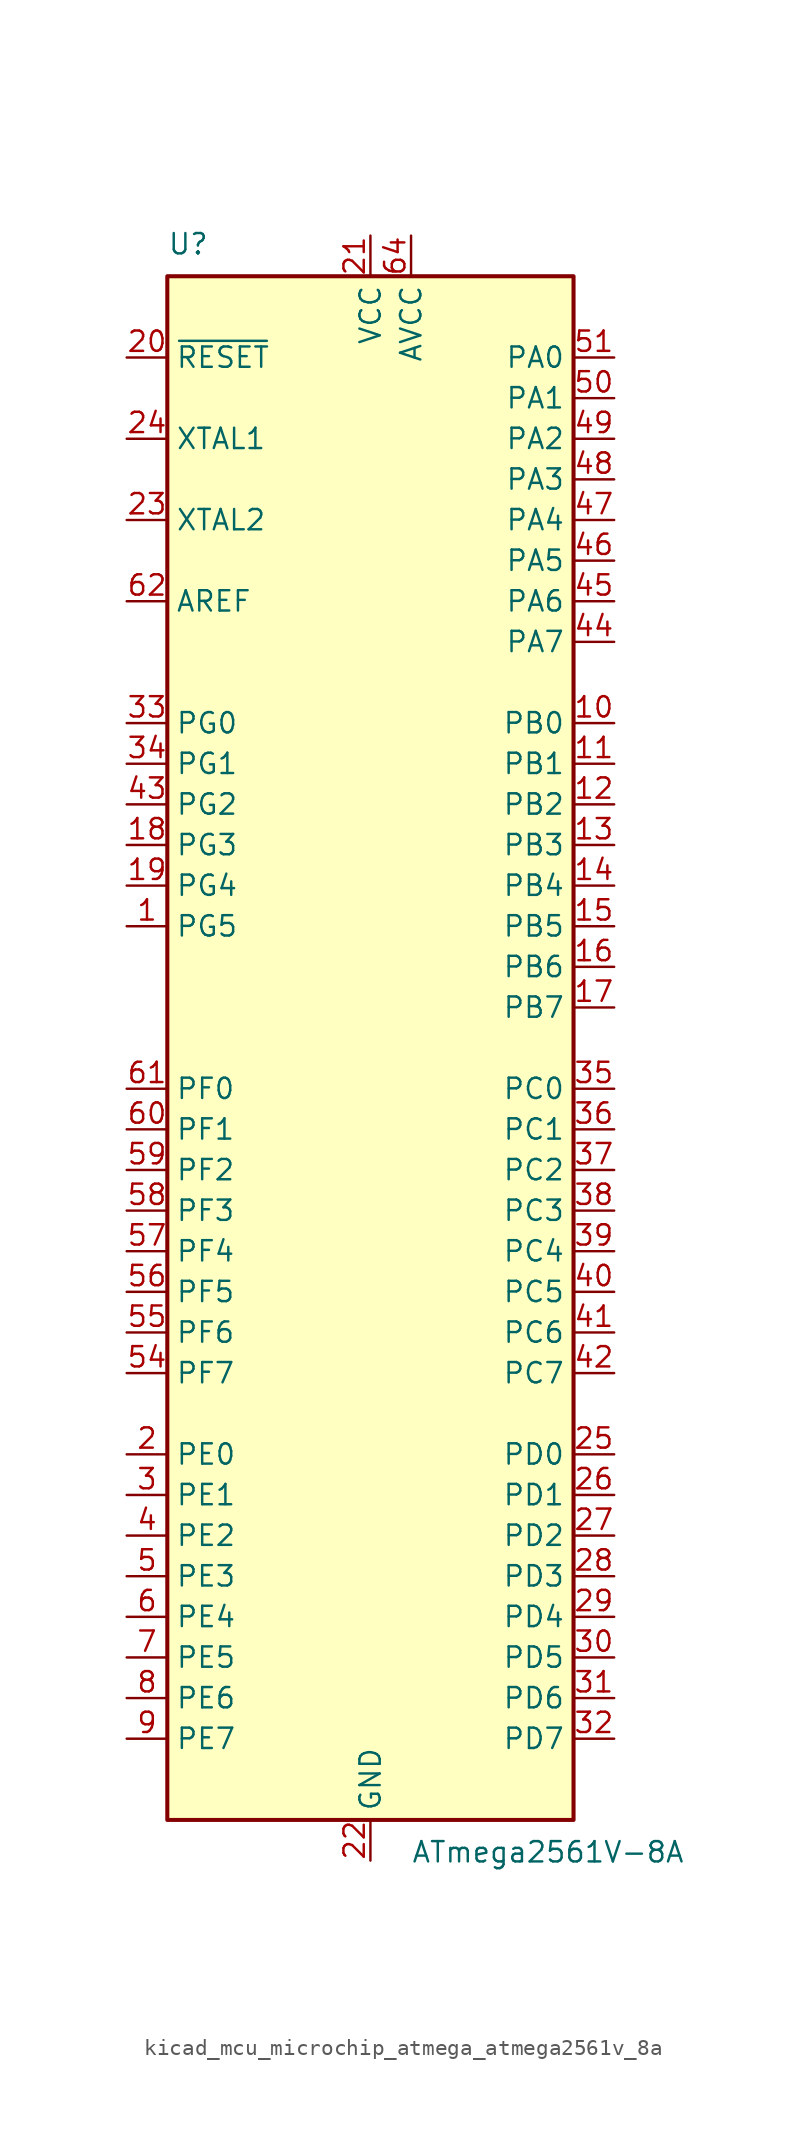
<source format=kicad_sym>
(kicad_symbol_lib
  (version 20220914)
  (generator kicad_symbol_editor)
  (symbol "kicad_mcu_microchip_atmega_atmega2561v_8a"
    (property "Reference" "U"
      (at -12.7 49.53 0)
      (effects (font (size 1.27 1.27)) (justify left bottom)))
    (property "Value" "ATmega2561V-8A"
      (at 2.54 -49.53 0)
      (effects (font (size 1.27 1.27)) (justify left top)))
    (symbol "kicad_mcu_microchip_atmega_atmega2561v_8a_0_1"
      (rectangle (start -12.7 -48.26) (end 12.7 48.26) (stroke (width 0.254) (type default)) (fill (type background))))
    (symbol "kicad_mcu_microchip_atmega_atmega2561v_8a_1_1"
      (pin bidirectional line (at -15.24 7.62 0) (length 2.54) (name "PG5" (effects (font (size 1.27 1.27)))) (number "1" (effects (font (size 1.27 1.27)))))
      (pin bidirectional line (at 15.24 20.32 180) (length 2.54) (name "PB0" (effects (font (size 1.27 1.27)))) (number "10" (effects (font (size 1.27 1.27)))))
      (pin bidirectional line (at 15.24 17.78 180) (length 2.54) (name "PB1" (effects (font (size 1.27 1.27)))) (number "11" (effects (font (size 1.27 1.27)))))
      (pin bidirectional line (at 15.24 15.24 180) (length 2.54) (name "PB2" (effects (font (size 1.27 1.27)))) (number "12" (effects (font (size 1.27 1.27)))))
      (pin bidirectional line (at 15.24 12.7 180) (length 2.54) (name "PB3" (effects (font (size 1.27 1.27)))) (number "13" (effects (font (size 1.27 1.27)))))
      (pin bidirectional line (at 15.24 10.16 180) (length 2.54) (name "PB4" (effects (font (size 1.27 1.27)))) (number "14" (effects (font (size 1.27 1.27)))))
      (pin bidirectional line (at 15.24 7.62 180) (length 2.54) (name "PB5" (effects (font (size 1.27 1.27)))) (number "15" (effects (font (size 1.27 1.27)))))
      (pin bidirectional line (at 15.24 5.08 180) (length 2.54) (name "PB6" (effects (font (size 1.27 1.27)))) (number "16" (effects (font (size 1.27 1.27)))))
      (pin bidirectional line (at 15.24 2.54 180) (length 2.54) (name "PB7" (effects (font (size 1.27 1.27)))) (number "17" (effects (font (size 1.27 1.27)))))
      (pin bidirectional line (at -15.24 12.7 0) (length 2.54) (name "PG3" (effects (font (size 1.27 1.27)))) (number "18" (effects (font (size 1.27 1.27)))))
      (pin bidirectional line (at -15.24 10.16 0) (length 2.54) (name "PG4" (effects (font (size 1.27 1.27)))) (number "19" (effects (font (size 1.27 1.27)))))
      (pin bidirectional line (at -15.24 -25.4 0) (length 2.54) (name "PE0" (effects (font (size 1.27 1.27)))) (number "2" (effects (font (size 1.27 1.27)))))
      (pin input line (at -15.24 43.18 0) (length 2.54) (name "~{RESET}" (effects (font (size 1.27 1.27)))) (number "20" (effects (font (size 1.27 1.27)))))
      (pin power_in line (at 0 50.8 270) (length 2.54) (name "VCC" (effects (font (size 1.27 1.27)))) (number "21" (effects (font (size 1.27 1.27)))))
      (pin power_in line (at 0 -50.8 90) (length 2.54) (name "GND" (effects (font (size 1.27 1.27)))) (number "22" (effects (font (size 1.27 1.27)))))
      (pin output line (at -15.24 33.02 0) (length 2.54) (name "XTAL2" (effects (font (size 1.27 1.27)))) (number "23" (effects (font (size 1.27 1.27)))))
      (pin input line (at -15.24 38.1 0) (length 2.54) (name "XTAL1" (effects (font (size 1.27 1.27)))) (number "24" (effects (font (size 1.27 1.27)))))
      (pin bidirectional line (at 15.24 -25.4 180) (length 2.54) (name "PD0" (effects (font (size 1.27 1.27)))) (number "25" (effects (font (size 1.27 1.27)))))
      (pin bidirectional line (at 15.24 -27.94 180) (length 2.54) (name "PD1" (effects (font (size 1.27 1.27)))) (number "26" (effects (font (size 1.27 1.27)))))
      (pin bidirectional line (at 15.24 -30.48 180) (length 2.54) (name "PD2" (effects (font (size 1.27 1.27)))) (number "27" (effects (font (size 1.27 1.27)))))
      (pin bidirectional line (at 15.24 -33.02 180) (length 2.54) (name "PD3" (effects (font (size 1.27 1.27)))) (number "28" (effects (font (size 1.27 1.27)))))
      (pin bidirectional line (at 15.24 -35.56 180) (length 2.54) (name "PD4" (effects (font (size 1.27 1.27)))) (number "29" (effects (font (size 1.27 1.27)))))
      (pin bidirectional line (at -15.24 -27.94 0) (length 2.54) (name "PE1" (effects (font (size 1.27 1.27)))) (number "3" (effects (font (size 1.27 1.27)))))
      (pin bidirectional line (at 15.24 -38.1 180) (length 2.54) (name "PD5" (effects (font (size 1.27 1.27)))) (number "30" (effects (font (size 1.27 1.27)))))
      (pin bidirectional line (at 15.24 -40.64 180) (length 2.54) (name "PD6" (effects (font (size 1.27 1.27)))) (number "31" (effects (font (size 1.27 1.27)))))
      (pin bidirectional line (at 15.24 -43.18 180) (length 2.54) (name "PD7" (effects (font (size 1.27 1.27)))) (number "32" (effects (font (size 1.27 1.27)))))
      (pin bidirectional line (at -15.24 20.32 0) (length 2.54) (name "PG0" (effects (font (size 1.27 1.27)))) (number "33" (effects (font (size 1.27 1.27)))))
      (pin bidirectional line (at -15.24 17.78 0) (length 2.54) (name "PG1" (effects (font (size 1.27 1.27)))) (number "34" (effects (font (size 1.27 1.27)))))
      (pin bidirectional line (at 15.24 -2.54 180) (length 2.54) (name "PC0" (effects (font (size 1.27 1.27)))) (number "35" (effects (font (size 1.27 1.27)))))
      (pin bidirectional line (at 15.24 -5.08 180) (length 2.54) (name "PC1" (effects (font (size 1.27 1.27)))) (number "36" (effects (font (size 1.27 1.27)))))
      (pin bidirectional line (at 15.24 -7.62 180) (length 2.54) (name "PC2" (effects (font (size 1.27 1.27)))) (number "37" (effects (font (size 1.27 1.27)))))
      (pin bidirectional line (at 15.24 -10.16 180) (length 2.54) (name "PC3" (effects (font (size 1.27 1.27)))) (number "38" (effects (font (size 1.27 1.27)))))
      (pin bidirectional line (at 15.24 -12.7 180) (length 2.54) (name "PC4" (effects (font (size 1.27 1.27)))) (number "39" (effects (font (size 1.27 1.27)))))
      (pin bidirectional line (at -15.24 -30.48 0) (length 2.54) (name "PE2" (effects (font (size 1.27 1.27)))) (number "4" (effects (font (size 1.27 1.27)))))
      (pin bidirectional line (at 15.24 -15.24 180) (length 2.54) (name "PC5" (effects (font (size 1.27 1.27)))) (number "40" (effects (font (size 1.27 1.27)))))
      (pin bidirectional line (at 15.24 -17.78 180) (length 2.54) (name "PC6" (effects (font (size 1.27 1.27)))) (number "41" (effects (font (size 1.27 1.27)))))
      (pin bidirectional line (at 15.24 -20.32 180) (length 2.54) (name "PC7" (effects (font (size 1.27 1.27)))) (number "42" (effects (font (size 1.27 1.27)))))
      (pin bidirectional line (at -15.24 15.24 0) (length 2.54) (name "PG2" (effects (font (size 1.27 1.27)))) (number "43" (effects (font (size 1.27 1.27)))))
      (pin bidirectional line (at 15.24 25.4 180) (length 2.54) (name "PA7" (effects (font (size 1.27 1.27)))) (number "44" (effects (font (size 1.27 1.27)))))
      (pin bidirectional line (at 15.24 27.94 180) (length 2.54) (name "PA6" (effects (font (size 1.27 1.27)))) (number "45" (effects (font (size 1.27 1.27)))))
      (pin bidirectional line (at 15.24 30.48 180) (length 2.54) (name "PA5" (effects (font (size 1.27 1.27)))) (number "46" (effects (font (size 1.27 1.27)))))
      (pin bidirectional line (at 15.24 33.02 180) (length 2.54) (name "PA4" (effects (font (size 1.27 1.27)))) (number "47" (effects (font (size 1.27 1.27)))))
      (pin bidirectional line (at 15.24 35.56 180) (length 2.54) (name "PA3" (effects (font (size 1.27 1.27)))) (number "48" (effects (font (size 1.27 1.27)))))
      (pin bidirectional line (at 15.24 38.1 180) (length 2.54) (name "PA2" (effects (font (size 1.27 1.27)))) (number "49" (effects (font (size 1.27 1.27)))))
      (pin bidirectional line (at -15.24 -33.02 0) (length 2.54) (name "PE3" (effects (font (size 1.27 1.27)))) (number "5" (effects (font (size 1.27 1.27)))))
      (pin bidirectional line (at 15.24 40.64 180) (length 2.54) (name "PA1" (effects (font (size 1.27 1.27)))) (number "50" (effects (font (size 1.27 1.27)))))
      (pin bidirectional line (at 15.24 43.18 180) (length 2.54) (name "PA0" (effects (font (size 1.27 1.27)))) (number "51" (effects (font (size 1.27 1.27)))))
      (pin passive line (at 0 50.8 270) (length 2.54) hide (name "VCC" (effects (font (size 1.27 1.27)))) (number "52" (effects (font (size 1.27 1.27)))))
      (pin passive line (at 0 -50.8 90) (length 2.54) hide (name "GND" (effects (font (size 1.27 1.27)))) (number "53" (effects (font (size 1.27 1.27)))))
      (pin bidirectional line (at -15.24 -20.32 0) (length 2.54) (name "PF7" (effects (font (size 1.27 1.27)))) (number "54" (effects (font (size 1.27 1.27)))))
      (pin bidirectional line (at -15.24 -17.78 0) (length 2.54) (name "PF6" (effects (font (size 1.27 1.27)))) (number "55" (effects (font (size 1.27 1.27)))))
      (pin bidirectional line (at -15.24 -15.24 0) (length 2.54) (name "PF5" (effects (font (size 1.27 1.27)))) (number "56" (effects (font (size 1.27 1.27)))))
      (pin bidirectional line (at -15.24 -12.7 0) (length 2.54) (name "PF4" (effects (font (size 1.27 1.27)))) (number "57" (effects (font (size 1.27 1.27)))))
      (pin bidirectional line (at -15.24 -10.16 0) (length 2.54) (name "PF3" (effects (font (size 1.27 1.27)))) (number "58" (effects (font (size 1.27 1.27)))))
      (pin bidirectional line (at -15.24 -7.62 0) (length 2.54) (name "PF2" (effects (font (size 1.27 1.27)))) (number "59" (effects (font (size 1.27 1.27)))))
      (pin bidirectional line (at -15.24 -35.56 0) (length 2.54) (name "PE4" (effects (font (size 1.27 1.27)))) (number "6" (effects (font (size 1.27 1.27)))))
      (pin bidirectional line (at -15.24 -5.08 0) (length 2.54) (name "PF1" (effects (font (size 1.27 1.27)))) (number "60" (effects (font (size 1.27 1.27)))))
      (pin bidirectional line (at -15.24 -2.54 0) (length 2.54) (name "PF0" (effects (font (size 1.27 1.27)))) (number "61" (effects (font (size 1.27 1.27)))))
      (pin passive line (at -15.24 27.94 0) (length 2.54) (name "AREF" (effects (font (size 1.27 1.27)))) (number "62" (effects (font (size 1.27 1.27)))))
      (pin passive line (at 0 -50.8 90) (length 2.54) hide (name "GND" (effects (font (size 1.27 1.27)))) (number "63" (effects (font (size 1.27 1.27)))))
      (pin power_in line (at 2.54 50.8 270) (length 2.54) (name "AVCC" (effects (font (size 1.27 1.27)))) (number "64" (effects (font (size 1.27 1.27)))))
      (pin bidirectional line (at -15.24 -38.1 0) (length 2.54) (name "PE5" (effects (font (size 1.27 1.27)))) (number "7" (effects (font (size 1.27 1.27)))))
      (pin bidirectional line (at -15.24 -40.64 0) (length 2.54) (name "PE6" (effects (font (size 1.27 1.27)))) (number "8" (effects (font (size 1.27 1.27)))))
      (pin bidirectional line (at -15.24 -43.18 0) (length 2.54) (name "PE7" (effects (font (size 1.27 1.27)))) (number "9" (effects (font (size 1.27 1.27))))))))
</source>
